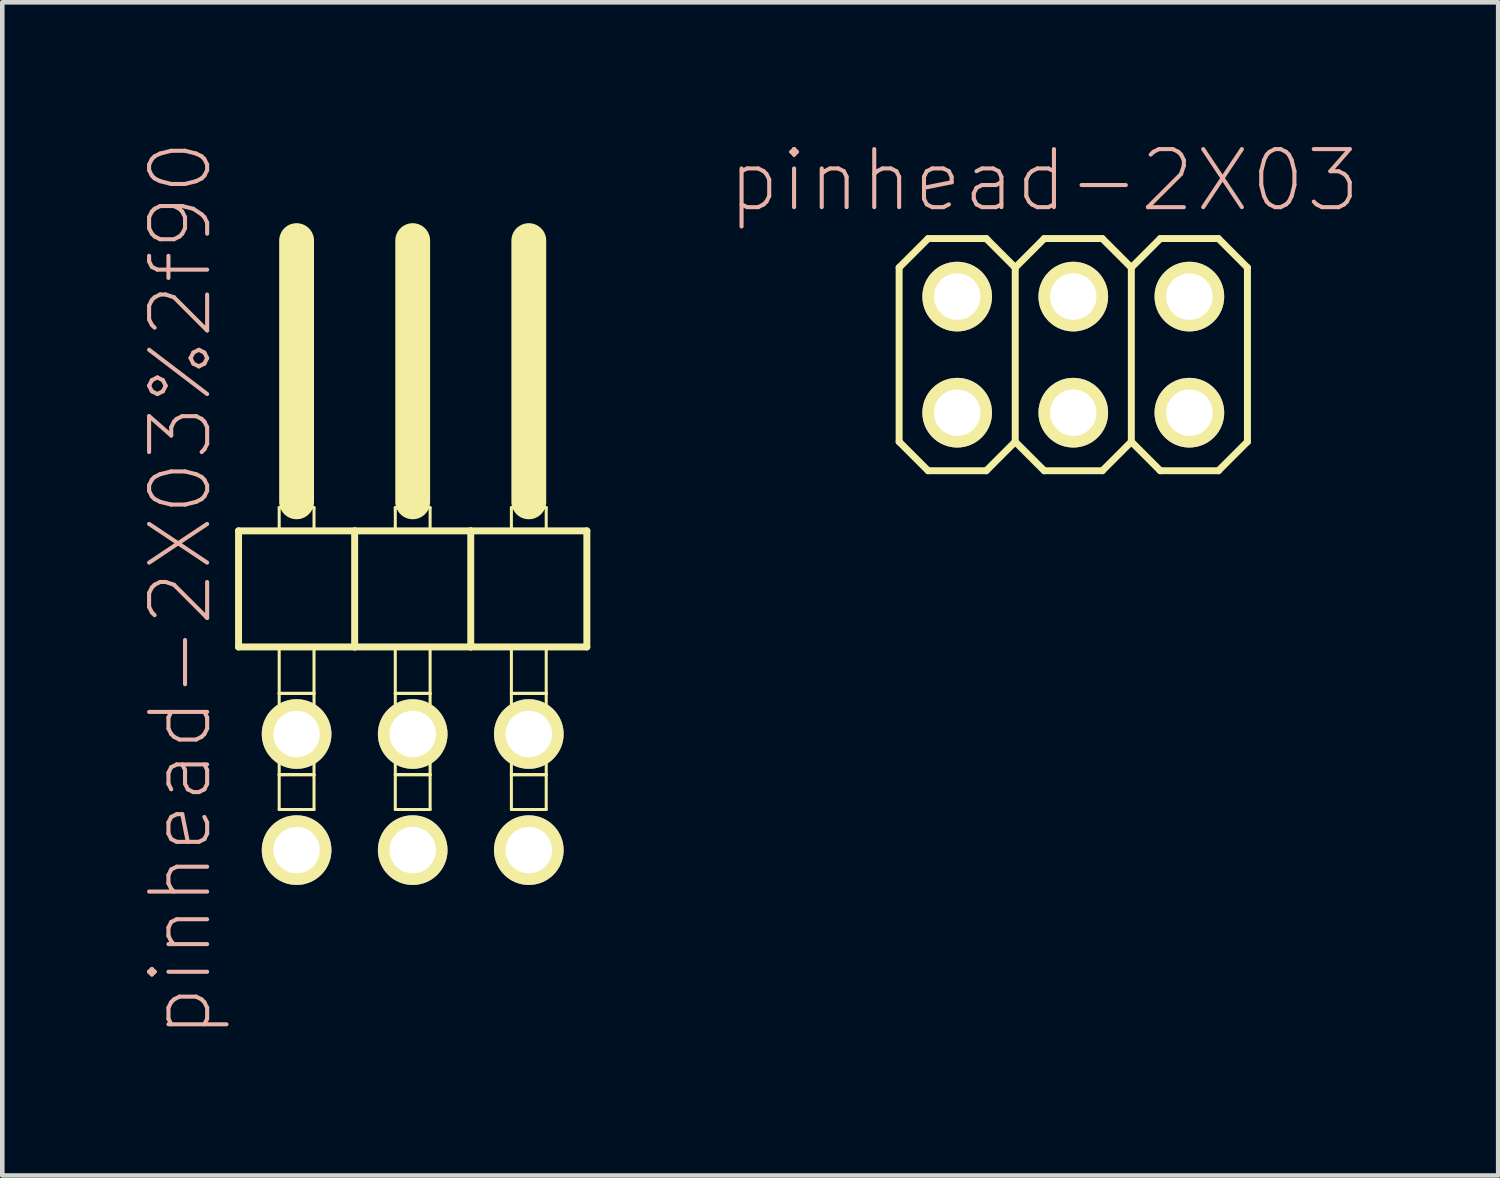
<source format=kicad_pcb>
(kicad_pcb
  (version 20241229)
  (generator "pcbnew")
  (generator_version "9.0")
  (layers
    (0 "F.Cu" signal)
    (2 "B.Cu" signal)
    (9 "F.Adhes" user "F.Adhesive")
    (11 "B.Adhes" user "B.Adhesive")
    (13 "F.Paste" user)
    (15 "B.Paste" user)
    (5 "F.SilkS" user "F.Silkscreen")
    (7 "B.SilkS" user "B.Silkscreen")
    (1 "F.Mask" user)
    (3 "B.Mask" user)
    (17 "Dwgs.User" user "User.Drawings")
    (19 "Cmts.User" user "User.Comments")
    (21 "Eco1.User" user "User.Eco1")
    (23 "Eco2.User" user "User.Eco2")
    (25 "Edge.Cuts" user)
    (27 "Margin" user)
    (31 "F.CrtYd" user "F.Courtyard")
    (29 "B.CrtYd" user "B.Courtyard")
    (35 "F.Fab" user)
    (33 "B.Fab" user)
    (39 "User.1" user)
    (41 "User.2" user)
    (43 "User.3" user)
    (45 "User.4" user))
  (footprint "pinhead-2X03"
    (layer "F.Cu")
    (at 20.431 4.709)
    (property "Reference" "pinhead-2X03" (at -0.635 -3.81 0) (layer "B.SilkS") (effects (font (size 1.27 1.27) (thickness 0.089))))
    (attr exclude_from_pos_files exclude_from_bom)
    (fp_line (start -3.81 -1.905) (end -3.175 -2.54) (stroke (width 0.152) (type solid)) (layer "F.SilkS"))
    (fp_line (start -3.81 1.905) (end -3.81 -1.905) (stroke (width 0.152) (type solid)) (layer "F.SilkS"))
    (fp_line (start -3.81 1.905) (end -3.175 2.54) (stroke (width 0.152) (type solid)) (layer "F.SilkS"))
    (fp_line (start -3.175 -2.54) (end -1.905 -2.54) (stroke (width 0.152) (type solid)) (layer "F.SilkS"))
    (fp_line (start -3.175 2.54) (end -1.905 2.54) (stroke (width 0.152) (type solid)) (layer "F.SilkS"))
    (fp_line (start -2.794 -1.524) (end -2.286 -1.524) (stroke (width 0.066) (type solid)) (layer "F.SilkS"))
    (fp_line (start -2.794 -1.016) (end -2.794 -1.524) (stroke (width 0.066) (type solid)) (layer "F.SilkS"))
    (fp_line (start -2.794 -1.016) (end -2.286 -1.016) (stroke (width 0.066) (type solid)) (layer "F.SilkS"))
    (fp_line (start -2.794 1.016) (end -2.286 1.016) (stroke (width 0.066) (type solid)) (layer "F.SilkS"))
    (fp_line (start -2.794 1.524) (end -2.794 1.016) (stroke (width 0.066) (type solid)) (layer "F.SilkS"))
    (fp_line (start -2.794 1.524) (end -2.286 1.524) (stroke (width 0.066) (type solid)) (layer "F.SilkS"))
    (fp_line (start -2.286 -1.016) (end -2.286 -1.524) (stroke (width 0.066) (type solid)) (layer "F.SilkS"))
    (fp_line (start -2.286 1.524) (end -2.286 1.016) (stroke (width 0.066) (type solid)) (layer "F.SilkS"))
    (fp_line (start -1.905 -2.54) (end -1.27 -1.905) (stroke (width 0.152) (type solid)) (layer "F.SilkS"))
    (fp_line (start -1.905 2.54) (end -1.27 1.905) (stroke (width 0.152) (type solid)) (layer "F.SilkS"))
    (fp_line (start -1.27 -1.905) (end -1.27 1.905) (stroke (width 0.152) (type solid)) (layer "F.SilkS"))
    (fp_line (start -1.27 -1.905) (end -0.635 -2.54) (stroke (width 0.152) (type solid)) (layer "F.SilkS"))
    (fp_line (start -1.27 1.905) (end -0.635 2.54) (stroke (width 0.152) (type solid)) (layer "F.SilkS"))
    (fp_line (start -0.635 -2.54) (end 0.635 -2.54) (stroke (width 0.152) (type solid)) (layer "F.SilkS"))
    (fp_line (start -0.635 2.54) (end 0.635 2.54) (stroke (width 0.152) (type solid)) (layer "F.SilkS"))
    (fp_line (start -0.254 -1.524) (end 0.254 -1.524) (stroke (width 0.066) (type solid)) (layer "F.SilkS"))
    (fp_line (start -0.254 -1.016) (end -0.254 -1.524) (stroke (width 0.066) (type solid)) (layer "F.SilkS"))
    (fp_line (start -0.254 -1.016) (end 0.254 -1.016) (stroke (width 0.066) (type solid)) (layer "F.SilkS"))
    (fp_line (start -0.254 1.016) (end 0.254 1.016) (stroke (width 0.066) (type solid)) (layer "F.SilkS"))
    (fp_line (start -0.254 1.524) (end -0.254 1.016) (stroke (width 0.066) (type solid)) (layer "F.SilkS"))
    (fp_line (start -0.254 1.524) (end 0.254 1.524) (stroke (width 0.066) (type solid)) (layer "F.SilkS"))
    (fp_line (start 0.254 -1.016) (end 0.254 -1.524) (stroke (width 0.066) (type solid)) (layer "F.SilkS"))
    (fp_line (start 0.254 1.524) (end 0.254 1.016) (stroke (width 0.066) (type solid)) (layer "F.SilkS"))
    (fp_line (start 0.635 -2.54) (end 1.27 -1.905) (stroke (width 0.152) (type solid)) (layer "F.SilkS"))
    (fp_line (start 0.635 2.54) (end 1.27 1.905) (stroke (width 0.152) (type solid)) (layer "F.SilkS"))
    (fp_line (start 1.27 -1.905) (end 1.27 1.905) (stroke (width 0.152) (type solid)) (layer "F.SilkS"))
    (fp_line (start 1.27 -1.905) (end 1.905 -2.54) (stroke (width 0.152) (type solid)) (layer "F.SilkS"))
    (fp_line (start 1.27 1.905) (end 1.905 2.54) (stroke (width 0.152) (type solid)) (layer "F.SilkS"))
    (fp_line (start 1.905 -2.54) (end 3.175 -2.54) (stroke (width 0.152) (type solid)) (layer "F.SilkS"))
    (fp_line (start 1.905 2.54) (end 3.175 2.54) (stroke (width 0.152) (type solid)) (layer "F.SilkS"))
    (fp_line (start 2.286 -1.524) (end 2.794 -1.524) (stroke (width 0.066) (type solid)) (layer "F.SilkS"))
    (fp_line (start 2.286 -1.016) (end 2.286 -1.524) (stroke (width 0.066) (type solid)) (layer "F.SilkS"))
    (fp_line (start 2.286 -1.016) (end 2.794 -1.016) (stroke (width 0.066) (type solid)) (layer "F.SilkS"))
    (fp_line (start 2.286 1.016) (end 2.794 1.016) (stroke (width 0.066) (type solid)) (layer "F.SilkS"))
    (fp_line (start 2.286 1.524) (end 2.286 1.016) (stroke (width 0.066) (type solid)) (layer "F.SilkS"))
    (fp_line (start 2.286 1.524) (end 2.794 1.524) (stroke (width 0.066) (type solid)) (layer "F.SilkS"))
    (fp_line (start 2.794 -1.016) (end 2.794 -1.524) (stroke (width 0.066) (type solid)) (layer "F.SilkS"))
    (fp_line (start 2.794 1.524) (end 2.794 1.016) (stroke (width 0.066) (type solid)) (layer "F.SilkS"))
    (fp_line (start 3.175 -2.54) (end 3.81 -1.905) (stroke (width 0.152) (type solid)) (layer "F.SilkS"))
    (fp_line (start 3.175 2.54) (end 3.81 1.905) (stroke (width 0.152) (type solid)) (layer "F.SilkS"))
    (fp_line (start 3.81 -1.905) (end 3.81 1.905) (stroke (width 0.152) (type solid)) (layer "F.SilkS"))
    (pad "1" thru_hole circle (at -2.54 1.27) (size 1.524 1.524) (drill 1.016) (layers "*.Cu" "F.Mask" "F.SilkS" "F.Paste"))
    (pad "2" thru_hole circle (at -2.54 -1.27) (size 1.524 1.524) (drill 1.016) (layers "*.Cu" "F.Mask" "F.SilkS" "F.Paste"))
    (pad "3" thru_hole circle (at 0 1.27) (size 1.524 1.524) (drill 1.016) (layers "*.Cu" "F.Mask" "F.SilkS" "F.Paste"))
    (pad "4" thru_hole circle (at 0 -1.27) (size 1.524 1.524) (drill 1.016) (layers "*.Cu" "F.Mask" "F.SilkS" "F.Paste"))
    (pad "5" thru_hole circle (at 2.54 1.27) (size 1.524 1.524) (drill 1.016) (layers "*.Cu" "F.Mask" "F.SilkS" "F.Paste"))
    (pad "6" thru_hole circle (at 2.54 -1.27) (size 1.524 1.524) (drill 1.016) (layers "*.Cu" "F.Mask" "F.SilkS" "F.Paste")))
  (footprint "pinhead-2X03%2f90"
    (layer "F.Cu")
    (at 5.979 9.199)
    (property "Reference" "pinhead-2X03%2f90" (at -5.08 0.635 90) (layer "B.SilkS") (effects (font (size 1.27 1.27) (thickness 0.089))))
    (attr exclude_from_pos_files exclude_from_bom)
    (fp_line (start -3.81 -0.635) (end -3.81 1.905) (stroke (width 0.152) (type solid)) (layer "F.SilkS"))
    (fp_line (start -3.81 1.905) (end -1.27 1.905) (stroke (width 0.152) (type solid)) (layer "F.SilkS"))
    (fp_line (start -2.921 -1.143) (end -2.159 -1.143) (stroke (width 0.066) (type solid)) (layer "F.SilkS"))
    (fp_line (start -2.921 -0.635) (end -2.921 -1.143) (stroke (width 0.066) (type solid)) (layer "F.SilkS"))
    (fp_line (start -2.921 -0.635) (end -2.159 -0.635) (stroke (width 0.066) (type solid)) (layer "F.SilkS"))
    (fp_line (start -2.921 1.905) (end -2.159 1.905) (stroke (width 0.066) (type solid)) (layer "F.SilkS"))
    (fp_line (start -2.921 2.921) (end -2.921 1.905) (stroke (width 0.066) (type solid)) (layer "F.SilkS"))
    (fp_line (start -2.921 2.921) (end -2.159 2.921) (stroke (width 0.066) (type solid)) (layer "F.SilkS"))
    (fp_line (start -2.921 2.921) (end -2.159 2.921) (stroke (width 0.066) (type solid)) (layer "F.SilkS"))
    (fp_line (start -2.921 4.699) (end -2.921 2.921) (stroke (width 0.066) (type solid)) (layer "F.SilkS"))
    (fp_line (start -2.921 4.699) (end -2.159 4.699) (stroke (width 0.066) (type solid)) (layer "F.SilkS"))
    (fp_line (start -2.921 4.699) (end -2.159 4.699) (stroke (width 0.066) (type solid)) (layer "F.SilkS"))
    (fp_line (start -2.921 5.461) (end -2.921 4.699) (stroke (width 0.066) (type solid)) (layer "F.SilkS"))
    (fp_line (start -2.921 5.461) (end -2.159 5.461) (stroke (width 0.066) (type solid)) (layer "F.SilkS"))
    (fp_line (start -2.54 -6.985) (end -2.54 -1.27) (stroke (width 0.762) (type solid)) (layer "F.SilkS"))
    (fp_line (start -2.159 -0.635) (end -2.159 -1.143) (stroke (width 0.066) (type solid)) (layer "F.SilkS"))
    (fp_line (start -2.159 2.921) (end -2.159 1.905) (stroke (width 0.066) (type solid)) (layer "F.SilkS"))
    (fp_line (start -2.159 4.699) (end -2.159 2.921) (stroke (width 0.066) (type solid)) (layer "F.SilkS"))
    (fp_line (start -2.159 5.461) (end -2.159 4.699) (stroke (width 0.066) (type solid)) (layer "F.SilkS"))
    (fp_line (start -1.27 -0.635) (end -3.81 -0.635) (stroke (width 0.152) (type solid)) (layer "F.SilkS"))
    (fp_line (start -1.27 1.905) (end -1.27 -0.635) (stroke (width 0.152) (type solid)) (layer "F.SilkS"))
    (fp_line (start -1.27 1.905) (end 1.27 1.905) (stroke (width 0.152) (type solid)) (layer "F.SilkS"))
    (fp_line (start -0.381 -1.143) (end 0.381 -1.143) (stroke (width 0.066) (type solid)) (layer "F.SilkS"))
    (fp_line (start -0.381 -0.635) (end -0.381 -1.143) (stroke (width 0.066) (type solid)) (layer "F.SilkS"))
    (fp_line (start -0.381 -0.635) (end 0.381 -0.635) (stroke (width 0.066) (type solid)) (layer "F.SilkS"))
    (fp_line (start -0.381 1.905) (end 0.381 1.905) (stroke (width 0.066) (type solid)) (layer "F.SilkS"))
    (fp_line (start -0.381 2.921) (end -0.381 1.905) (stroke (width 0.066) (type solid)) (layer "F.SilkS"))
    (fp_line (start -0.381 2.921) (end 0.381 2.921) (stroke (width 0.066) (type solid)) (layer "F.SilkS"))
    (fp_line (start -0.381 2.921) (end 0.381 2.921) (stroke (width 0.066) (type solid)) (layer "F.SilkS"))
    (fp_line (start -0.381 4.699) (end -0.381 2.921) (stroke (width 0.066) (type solid)) (layer "F.SilkS"))
    (fp_line (start -0.381 4.699) (end 0.381 4.699) (stroke (width 0.066) (type solid)) (layer "F.SilkS"))
    (fp_line (start -0.381 4.699) (end 0.381 4.699) (stroke (width 0.066) (type solid)) (layer "F.SilkS"))
    (fp_line (start -0.381 5.461) (end -0.381 4.699) (stroke (width 0.066) (type solid)) (layer "F.SilkS"))
    (fp_line (start -0.381 5.461) (end 0.381 5.461) (stroke (width 0.066) (type solid)) (layer "F.SilkS"))
    (fp_line (start 0 -6.985) (end 0 -1.27) (stroke (width 0.762) (type solid)) (layer "F.SilkS"))
    (fp_line (start 0.381 -0.635) (end 0.381 -1.143) (stroke (width 0.066) (type solid)) (layer "F.SilkS"))
    (fp_line (start 0.381 2.921) (end 0.381 1.905) (stroke (width 0.066) (type solid)) (layer "F.SilkS"))
    (fp_line (start 0.381 4.699) (end 0.381 2.921) (stroke (width 0.066) (type solid)) (layer "F.SilkS"))
    (fp_line (start 0.381 5.461) (end 0.381 4.699) (stroke (width 0.066) (type solid)) (layer "F.SilkS"))
    (fp_line (start 1.27 -0.635) (end -1.27 -0.635) (stroke (width 0.152) (type solid)) (layer "F.SilkS"))
    (fp_line (start 1.27 1.905) (end 1.27 -0.635) (stroke (width 0.152) (type solid)) (layer "F.SilkS"))
    (fp_line (start 1.27 1.905) (end 3.81 1.905) (stroke (width 0.152) (type solid)) (layer "F.SilkS"))
    (fp_line (start 2.159 -1.143) (end 2.921 -1.143) (stroke (width 0.066) (type solid)) (layer "F.SilkS"))
    (fp_line (start 2.159 -0.635) (end 2.159 -1.143) (stroke (width 0.066) (type solid)) (layer "F.SilkS"))
    (fp_line (start 2.159 -0.635) (end 2.921 -0.635) (stroke (width 0.066) (type solid)) (layer "F.SilkS"))
    (fp_line (start 2.159 1.905) (end 2.921 1.905) (stroke (width 0.066) (type solid)) (layer "F.SilkS"))
    (fp_line (start 2.159 2.921) (end 2.159 1.905) (stroke (width 0.066) (type solid)) (layer "F.SilkS"))
    (fp_line (start 2.159 2.921) (end 2.921 2.921) (stroke (width 0.066) (type solid)) (layer "F.SilkS"))
    (fp_line (start 2.159 2.921) (end 2.921 2.921) (stroke (width 0.066) (type solid)) (layer "F.SilkS"))
    (fp_line (start 2.159 4.699) (end 2.159 2.921) (stroke (width 0.066) (type solid)) (layer "F.SilkS"))
    (fp_line (start 2.159 4.699) (end 2.921 4.699) (stroke (width 0.066) (type solid)) (layer "F.SilkS"))
    (fp_line (start 2.159 4.699) (end 2.921 4.699) (stroke (width 0.066) (type solid)) (layer "F.SilkS"))
    (fp_line (start 2.159 5.461) (end 2.159 4.699) (stroke (width 0.066) (type solid)) (layer "F.SilkS"))
    (fp_line (start 2.159 5.461) (end 2.921 5.461) (stroke (width 0.066) (type solid)) (layer "F.SilkS"))
    (fp_line (start 2.54 -6.985) (end 2.54 -1.27) (stroke (width 0.762) (type solid)) (layer "F.SilkS"))
    (fp_line (start 2.921 -0.635) (end 2.921 -1.143) (stroke (width 0.066) (type solid)) (layer "F.SilkS"))
    (fp_line (start 2.921 2.921) (end 2.921 1.905) (stroke (width 0.066) (type solid)) (layer "F.SilkS"))
    (fp_line (start 2.921 4.699) (end 2.921 2.921) (stroke (width 0.066) (type solid)) (layer "F.SilkS"))
    (fp_line (start 2.921 5.461) (end 2.921 4.699) (stroke (width 0.066) (type solid)) (layer "F.SilkS"))
    (fp_line (start 3.81 -0.635) (end 1.27 -0.635) (stroke (width 0.152) (type solid)) (layer "F.SilkS"))
    (fp_line (start 3.81 1.905) (end 3.81 -0.635) (stroke (width 0.152) (type solid)) (layer "F.SilkS"))
    (pad "1" thru_hole circle (at -2.54 6.35) (size 1.524 1.524) (drill 1.016) (layers "*.Cu" "F.Mask" "F.SilkS" "F.Paste"))
    (pad "2" thru_hole circle (at -2.54 3.81) (size 1.524 1.524) (drill 1.016) (layers "*.Cu" "F.Mask" "F.SilkS" "F.Paste"))
    (pad "3" thru_hole circle (at 0 6.35) (size 1.524 1.524) (drill 1.016) (layers "*.Cu" "F.Mask" "F.SilkS" "F.Paste"))
    (pad "4" thru_hole circle (at 0 3.81) (size 1.524 1.524) (drill 1.016) (layers "*.Cu" "F.Mask" "F.SilkS" "F.Paste"))
    (pad "5" thru_hole circle (at 2.54 6.35) (size 1.524 1.524) (drill 1.016) (layers "*.Cu" "F.Mask" "F.SilkS" "F.Paste"))
    (pad "6" thru_hole circle (at 2.54 3.81) (size 1.524 1.524) (drill 1.016) (layers "*.Cu" "F.Mask" "F.SilkS" "F.Paste")))
  (gr_rect
    (start -3 -3)
    (end 29.727 22.667)
    (stroke (width 0.1) (type default))
    (fill no)
    (layer "Edge.Cuts")))
</source>
